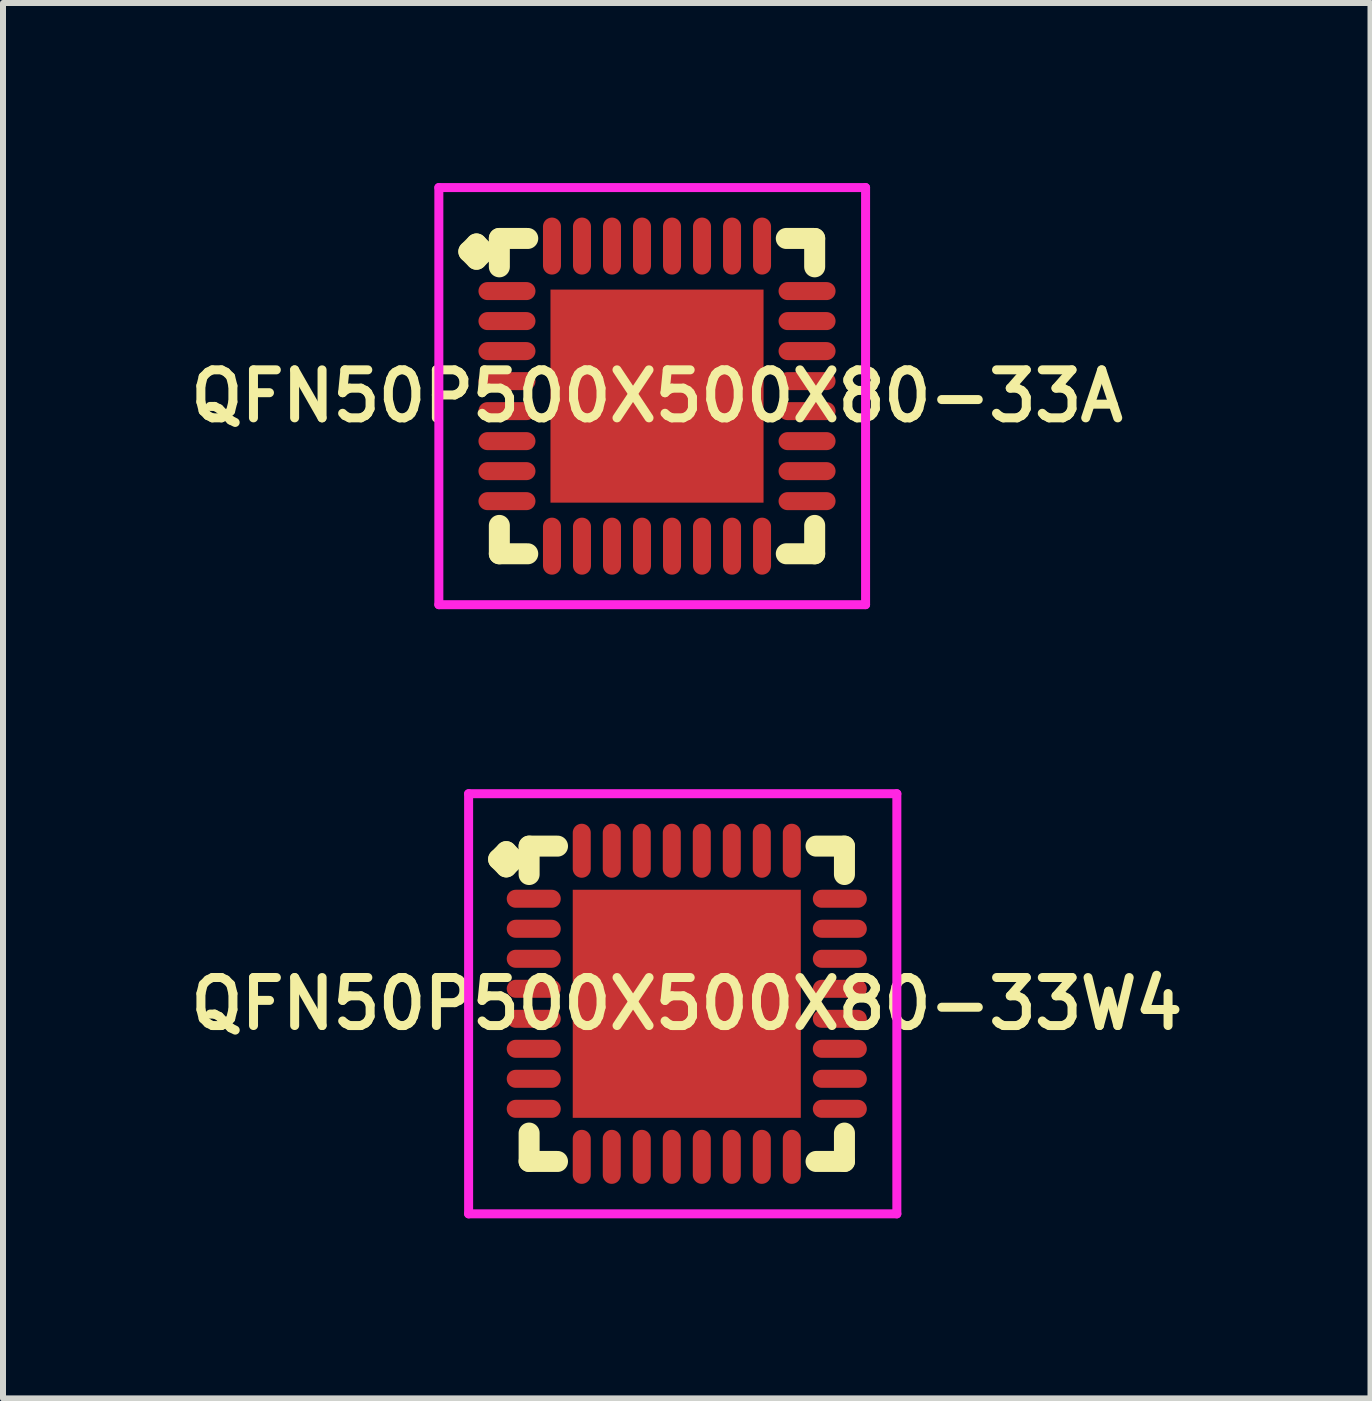
<source format=kicad_pcb>
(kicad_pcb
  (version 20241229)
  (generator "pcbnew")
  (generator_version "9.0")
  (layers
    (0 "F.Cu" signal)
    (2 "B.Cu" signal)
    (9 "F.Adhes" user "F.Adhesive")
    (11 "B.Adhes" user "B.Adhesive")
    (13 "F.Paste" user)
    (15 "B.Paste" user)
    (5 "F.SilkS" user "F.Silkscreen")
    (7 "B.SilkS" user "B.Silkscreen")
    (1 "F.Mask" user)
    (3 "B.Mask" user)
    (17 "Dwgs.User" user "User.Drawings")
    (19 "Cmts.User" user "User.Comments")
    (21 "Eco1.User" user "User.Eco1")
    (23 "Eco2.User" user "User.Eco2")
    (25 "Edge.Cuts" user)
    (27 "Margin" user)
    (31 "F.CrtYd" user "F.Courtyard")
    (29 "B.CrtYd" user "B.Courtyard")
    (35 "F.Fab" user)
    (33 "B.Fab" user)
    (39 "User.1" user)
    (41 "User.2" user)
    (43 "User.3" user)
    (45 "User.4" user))
  (footprint "QFN50P500X500X80-33W4"
    (layer "F.Cu")
    (at 8.393 13.675)
    (property "Reference" "QFN50P500X500X80-33W4" (at 0 0 0) (layer "F.SilkS") (effects (font (size 0.8 0.8) (thickness 0.15))))
    (attr smd)
    (fp_line (start -3.135 -2.408) (end -3.008 -2.535) (stroke (width 0.35) (type solid)) (layer "F.SilkS"))
    (fp_line (start -3.008 -2.535) (end -2.881 -2.408) (stroke (width 0.35) (type solid)) (layer "F.SilkS"))
    (fp_line (start -3.008 -2.281) (end -3.135 -2.408) (stroke (width 0.35) (type solid)) (layer "F.SilkS"))
    (fp_line (start -2.881 -2.408) (end -3.008 -2.281) (stroke (width 0.35) (type solid)) (layer "F.SilkS"))
    (fp_line (start -2.627 -2.627) (end -2.154 -2.627) (stroke (width 0.35) (type solid)) (layer "F.SilkS"))
    (fp_line (start -2.627 -2.154) (end -2.627 -2.627) (stroke (width 0.35) (type solid)) (layer "F.SilkS"))
    (fp_line (start -2.627 2.154) (end -2.627 2.627) (stroke (width 0.35) (type solid)) (layer "F.SilkS"))
    (fp_line (start -2.627 2.627) (end -2.154 2.627) (stroke (width 0.35) (type solid)) (layer "F.SilkS"))
    (fp_line (start 2.154 -2.627) (end 2.627 -2.627) (stroke (width 0.35) (type solid)) (layer "F.SilkS"))
    (fp_line (start 2.154 2.627) (end 2.627 2.627) (stroke (width 0.35) (type solid)) (layer "F.SilkS"))
    (fp_line (start 2.627 -2.627) (end 2.627 -2.154) (stroke (width 0.35) (type solid)) (layer "F.SilkS"))
    (fp_line (start 2.627 2.627) (end 2.627 2.154) (stroke (width 0.35) (type solid)) (layer "F.SilkS"))
    (fp_line (start -3.635 -3.5) (end 3.5 -3.5) (stroke (width 0.15) (type solid)) (layer "F.CrtYd"))
    (fp_line (start -3.635 3.5) (end -3.635 -3.5) (stroke (width 0.15) (type solid)) (layer "F.CrtYd"))
    (fp_line (start 3.5 -3.5) (end 3.5 3.5) (stroke (width 0.15) (type solid)) (layer "F.CrtYd"))
    (fp_line (start 3.5 3.5) (end -3.635 3.5) (stroke (width 0.15) (type solid)) (layer "F.CrtYd"))
    (pad "1" smd oval (at -2.55 -1.75) (size 0.9 0.3) (layers "F.Cu" "F.Mask" "F.Paste"))
    (pad "2" smd oval (at -2.55 -1.25) (size 0.9 0.3) (layers "F.Cu" "F.Mask" "F.Paste"))
    (pad "3" smd oval (at -2.55 -0.75) (size 0.9 0.3) (layers "F.Cu" "F.Mask" "F.Paste"))
    (pad "4" smd oval (at -2.55 -0.25) (size 0.9 0.3) (layers "F.Cu" "F.Mask" "F.Paste"))
    (pad "5" smd oval (at -2.55 0.25) (size 0.9 0.3) (layers "F.Cu" "F.Mask" "F.Paste"))
    (pad "6" smd oval (at -2.55 0.75) (size 0.9 0.3) (layers "F.Cu" "F.Mask" "F.Paste"))
    (pad "7" smd oval (at -2.55 1.25) (size 0.9 0.3) (layers "F.Cu" "F.Mask" "F.Paste"))
    (pad "8" smd oval (at -2.55 1.75) (size 0.9 0.3) (layers "F.Cu" "F.Mask" "F.Paste"))
    (pad "9" smd oval (at -1.75 2.55) (size 0.3 0.9) (layers "F.Cu" "F.Mask" "F.Paste"))
    (pad "10" smd oval (at -1.25 2.55) (size 0.3 0.9) (layers "F.Cu" "F.Mask" "F.Paste"))
    (pad "11" smd oval (at -0.75 2.55) (size 0.3 0.9) (layers "F.Cu" "F.Mask" "F.Paste"))
    (pad "12" smd oval (at -0.25 2.55) (size 0.3 0.9) (layers "F.Cu" "F.Mask" "F.Paste"))
    (pad "13" smd oval (at 0.25 2.55) (size 0.3 0.9) (layers "F.Cu" "F.Mask" "F.Paste"))
    (pad "14" smd oval (at 0.75 2.55) (size 0.3 0.9) (layers "F.Cu" "F.Mask" "F.Paste"))
    (pad "15" smd oval (at 1.25 2.55) (size 0.3 0.9) (layers "F.Cu" "F.Mask" "F.Paste"))
    (pad "16" smd oval (at 1.75 2.55) (size 0.3 0.9) (layers "F.Cu" "F.Mask" "F.Paste"))
    (pad "17" smd oval (at 2.55 1.75) (size 0.9 0.3) (layers "F.Cu" "F.Mask" "F.Paste"))
    (pad "18" smd oval (at 2.55 1.25) (size 0.9 0.3) (layers "F.Cu" "F.Mask" "F.Paste"))
    (pad "19" smd oval (at 2.55 0.75) (size 0.9 0.3) (layers "F.Cu" "F.Mask" "F.Paste"))
    (pad "20" smd oval (at 2.55 0.25) (size 0.9 0.3) (layers "F.Cu" "F.Mask" "F.Paste"))
    (pad "21" smd oval (at 2.55 -0.25) (size 0.9 0.3) (layers "F.Cu" "F.Mask" "F.Paste"))
    (pad "22" smd oval (at 2.55 -0.75) (size 0.9 0.3) (layers "F.Cu" "F.Mask" "F.Paste"))
    (pad "23" smd oval (at 2.55 -1.25) (size 0.9 0.3) (layers "F.Cu" "F.Mask" "F.Paste"))
    (pad "24" smd oval (at 2.55 -1.75) (size 0.9 0.3) (layers "F.Cu" "F.Mask" "F.Paste"))
    (pad "25" smd oval (at 1.75 -2.55) (size 0.3 0.9) (layers "F.Cu" "F.Mask" "F.Paste"))
    (pad "26" smd oval (at 1.25 -2.55) (size 0.3 0.9) (layers "F.Cu" "F.Mask" "F.Paste"))
    (pad "27" smd oval (at 0.75 -2.55) (size 0.3 0.9) (layers "F.Cu" "F.Mask" "F.Paste"))
    (pad "28" smd oval (at 0.25 -2.55) (size 0.3 0.9) (layers "F.Cu" "F.Mask" "F.Paste"))
    (pad "29" smd oval (at -0.25 -2.55) (size 0.3 0.9) (layers "F.Cu" "F.Mask" "F.Paste"))
    (pad "30" smd oval (at -0.75 -2.55) (size 0.3 0.9) (layers "F.Cu" "F.Mask" "F.Paste"))
    (pad "31" smd oval (at -1.25 -2.55) (size 0.3 0.9) (layers "F.Cu" "F.Mask" "F.Paste"))
    (pad "32" smd oval (at -1.75 -2.55) (size 0.3 0.9) (layers "F.Cu" "F.Mask" "F.Paste"))
    (pad "33" smd rect (at 0 0) (size 3.8 3.8) (layers "F.Cu" "F.Mask" "F.Paste")))
  (footprint "QFN50P500X500X80-33A"
    (layer "F.Cu")
    (at 7.897 3.55)
    (property "Reference" "QFN50P500X500X80-33A" (at 0 0 0) (layer "F.SilkS") (effects (font (size 0.8 0.8) (thickness 0.15))))
    (attr smd)
    (fp_line (start -3.135 -2.408) (end -3.008 -2.535) (stroke (width 0.35) (type solid)) (layer "F.SilkS"))
    (fp_line (start -3.008 -2.535) (end -2.881 -2.408) (stroke (width 0.35) (type solid)) (layer "F.SilkS"))
    (fp_line (start -3.008 -2.281) (end -3.135 -2.408) (stroke (width 0.35) (type solid)) (layer "F.SilkS"))
    (fp_line (start -2.881 -2.408) (end -3.008 -2.281) (stroke (width 0.35) (type solid)) (layer "F.SilkS"))
    (fp_line (start -2.627 -2.627) (end -2.154 -2.627) (stroke (width 0.35) (type solid)) (layer "F.SilkS"))
    (fp_line (start -2.627 -2.154) (end -2.627 -2.627) (stroke (width 0.35) (type solid)) (layer "F.SilkS"))
    (fp_line (start -2.627 2.154) (end -2.627 2.627) (stroke (width 0.35) (type solid)) (layer "F.SilkS"))
    (fp_line (start -2.627 2.627) (end -2.154 2.627) (stroke (width 0.35) (type solid)) (layer "F.SilkS"))
    (fp_line (start 2.154 -2.627) (end 2.627 -2.627) (stroke (width 0.35) (type solid)) (layer "F.SilkS"))
    (fp_line (start 2.154 2.627) (end 2.627 2.627) (stroke (width 0.35) (type solid)) (layer "F.SilkS"))
    (fp_line (start 2.627 -2.627) (end 2.627 -2.154) (stroke (width 0.35) (type solid)) (layer "F.SilkS"))
    (fp_line (start 2.627 2.627) (end 2.627 2.154) (stroke (width 0.35) (type solid)) (layer "F.SilkS"))
    (fp_line (start -3.635 -3.475) (end 3.475 -3.475) (stroke (width 0.15) (type solid)) (layer "F.CrtYd"))
    (fp_line (start -3.635 3.475) (end -3.635 -3.475) (stroke (width 0.15) (type solid)) (layer "F.CrtYd"))
    (fp_line (start 3.475 -3.475) (end 3.475 3.475) (stroke (width 0.15) (type solid)) (layer "F.CrtYd"))
    (fp_line (start 3.475 3.475) (end -3.635 3.475) (stroke (width 0.15) (type solid)) (layer "F.CrtYd"))
    (pad "1" smd oval (at -2.5 -1.75) (size 0.95 0.3) (layers "F.Cu" "F.Mask" "F.Paste"))
    (pad "2" smd oval (at -2.5 -1.25) (size 0.95 0.3) (layers "F.Cu" "F.Mask" "F.Paste"))
    (pad "3" smd oval (at -2.5 -0.75) (size 0.95 0.3) (layers "F.Cu" "F.Mask" "F.Paste"))
    (pad "4" smd oval (at -2.5 -0.25) (size 0.95 0.3) (layers "F.Cu" "F.Mask" "F.Paste"))
    (pad "5" smd oval (at -2.5 0.25) (size 0.95 0.3) (layers "F.Cu" "F.Mask" "F.Paste"))
    (pad "6" smd oval (at -2.5 0.75) (size 0.95 0.3) (layers "F.Cu" "F.Mask" "F.Paste"))
    (pad "7" smd oval (at -2.5 1.25) (size 0.95 0.3) (layers "F.Cu" "F.Mask" "F.Paste"))
    (pad "8" smd oval (at -2.5 1.75) (size 0.95 0.3) (layers "F.Cu" "F.Mask" "F.Paste"))
    (pad "9" smd oval (at -1.75 2.5) (size 0.3 0.95) (layers "F.Cu" "F.Mask" "F.Paste"))
    (pad "10" smd oval (at -1.25 2.5) (size 0.3 0.95) (layers "F.Cu" "F.Mask" "F.Paste"))
    (pad "11" smd oval (at -0.75 2.5) (size 0.3 0.95) (layers "F.Cu" "F.Mask" "F.Paste"))
    (pad "12" smd oval (at -0.25 2.5) (size 0.3 0.95) (layers "F.Cu" "F.Mask" "F.Paste"))
    (pad "13" smd oval (at 0.25 2.5) (size 0.3 0.95) (layers "F.Cu" "F.Mask" "F.Paste"))
    (pad "14" smd oval (at 0.75 2.5) (size 0.3 0.95) (layers "F.Cu" "F.Mask" "F.Paste"))
    (pad "15" smd oval (at 1.25 2.5) (size 0.3 0.95) (layers "F.Cu" "F.Mask" "F.Paste"))
    (pad "16" smd oval (at 1.75 2.5) (size 0.3 0.95) (layers "F.Cu" "F.Mask" "F.Paste"))
    (pad "17" smd oval (at 2.5 1.75) (size 0.95 0.3) (layers "F.Cu" "F.Mask" "F.Paste"))
    (pad "18" smd oval (at 2.5 1.25) (size 0.95 0.3) (layers "F.Cu" "F.Mask" "F.Paste"))
    (pad "19" smd oval (at 2.5 0.75) (size 0.95 0.3) (layers "F.Cu" "F.Mask" "F.Paste"))
    (pad "20" smd oval (at 2.5 0.25) (size 0.95 0.3) (layers "F.Cu" "F.Mask" "F.Paste"))
    (pad "21" smd oval (at 2.5 -0.25) (size 0.95 0.3) (layers "F.Cu" "F.Mask" "F.Paste"))
    (pad "22" smd oval (at 2.5 -0.75) (size 0.95 0.3) (layers "F.Cu" "F.Mask" "F.Paste"))
    (pad "23" smd oval (at 2.5 -1.25) (size 0.95 0.3) (layers "F.Cu" "F.Mask" "F.Paste"))
    (pad "24" smd oval (at 2.5 -1.75) (size 0.95 0.3) (layers "F.Cu" "F.Mask" "F.Paste"))
    (pad "25" smd oval (at 1.75 -2.5) (size 0.3 0.95) (layers "F.Cu" "F.Mask" "F.Paste"))
    (pad "26" smd oval (at 1.25 -2.5) (size 0.3 0.95) (layers "F.Cu" "F.Mask" "F.Paste"))
    (pad "27" smd oval (at 0.75 -2.5) (size 0.3 0.95) (layers "F.Cu" "F.Mask" "F.Paste"))
    (pad "28" smd oval (at 0.25 -2.5) (size 0.3 0.95) (layers "F.Cu" "F.Mask" "F.Paste"))
    (pad "29" smd oval (at -0.25 -2.5) (size 0.3 0.95) (layers "F.Cu" "F.Mask" "F.Paste"))
    (pad "30" smd oval (at -0.75 -2.5) (size 0.3 0.95) (layers "F.Cu" "F.Mask" "F.Paste"))
    (pad "31" smd oval (at -1.25 -2.5) (size 0.3 0.95) (layers "F.Cu" "F.Mask" "F.Paste"))
    (pad "32" smd oval (at -1.75 -2.5) (size 0.3 0.95) (layers "F.Cu" "F.Mask" "F.Paste"))
    (pad "33" smd rect (at 0 0) (size 3.55 3.55) (layers "F.Cu" "F.Mask" "F.Paste")))
  (gr_rect
    (start -3 -3)
    (end 19.785 20.25)
    (stroke (width 0.1) (type default))
    (fill no)
    (layer "Edge.Cuts")))
</source>
